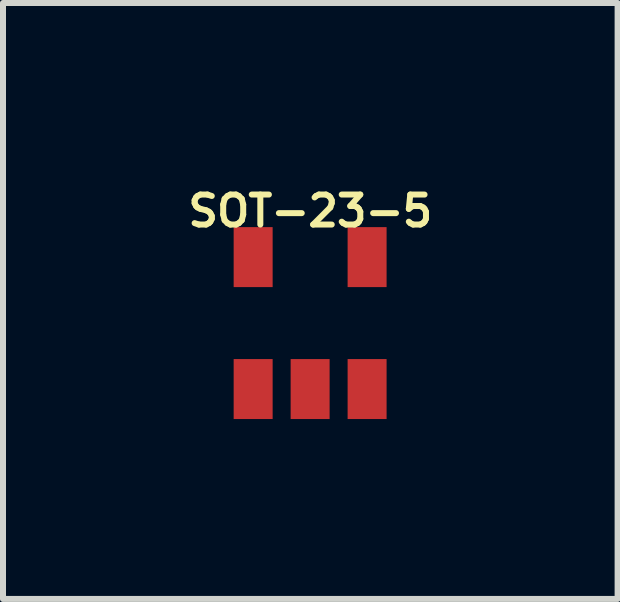
<source format=kicad_pcb>
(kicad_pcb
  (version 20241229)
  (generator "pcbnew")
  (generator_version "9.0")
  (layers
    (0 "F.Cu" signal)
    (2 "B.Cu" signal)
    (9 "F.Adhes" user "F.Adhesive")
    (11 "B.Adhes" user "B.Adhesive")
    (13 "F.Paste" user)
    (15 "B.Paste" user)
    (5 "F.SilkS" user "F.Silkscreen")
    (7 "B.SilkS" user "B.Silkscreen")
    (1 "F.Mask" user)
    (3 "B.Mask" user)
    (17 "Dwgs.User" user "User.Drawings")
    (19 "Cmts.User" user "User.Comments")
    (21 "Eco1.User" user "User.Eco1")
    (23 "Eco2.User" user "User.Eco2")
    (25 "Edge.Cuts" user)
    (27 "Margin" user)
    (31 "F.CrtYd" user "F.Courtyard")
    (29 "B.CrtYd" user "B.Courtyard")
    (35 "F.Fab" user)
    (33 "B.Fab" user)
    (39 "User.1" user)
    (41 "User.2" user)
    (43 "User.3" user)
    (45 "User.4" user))
  (footprint "SOT-23-5"
    (layer "F.Cu")
    (at 2.121 2.337)
    (property "Reference" "SOT-23-5" (at 0.003 -1.869 0) (layer "F.SilkS") (effects (font (size 0.5 0.5) (thickness 0.1))))
    (attr through_hole)
    (pad "1" smd rect (at -0.95 1.1) (size 0.65 1) (layers "F.Cu" "F.Mask" "F.Paste"))
    (pad "2" smd rect (at 0 1.1) (size 0.65 1) (layers "F.Cu" "F.Mask" "F.Paste"))
    (pad "3" smd rect (at 0.95 1.1) (size 0.65 1) (layers "F.Cu" "F.Mask" "F.Paste"))
    (pad "4" smd rect (at 0.95 -1.1) (size 0.65 1) (layers "F.Cu" "F.Mask" "F.Paste"))
    (pad "5" smd rect (at -0.95 -1.1) (size 0.65 1) (layers "F.Cu" "F.Mask" "F.Paste")))
  (gr_rect
    (start -3 -3)
    (end 7.248 6.937)
    (stroke (width 0.1) (type default))
    (fill no)
    (layer "Edge.Cuts")))
</source>
